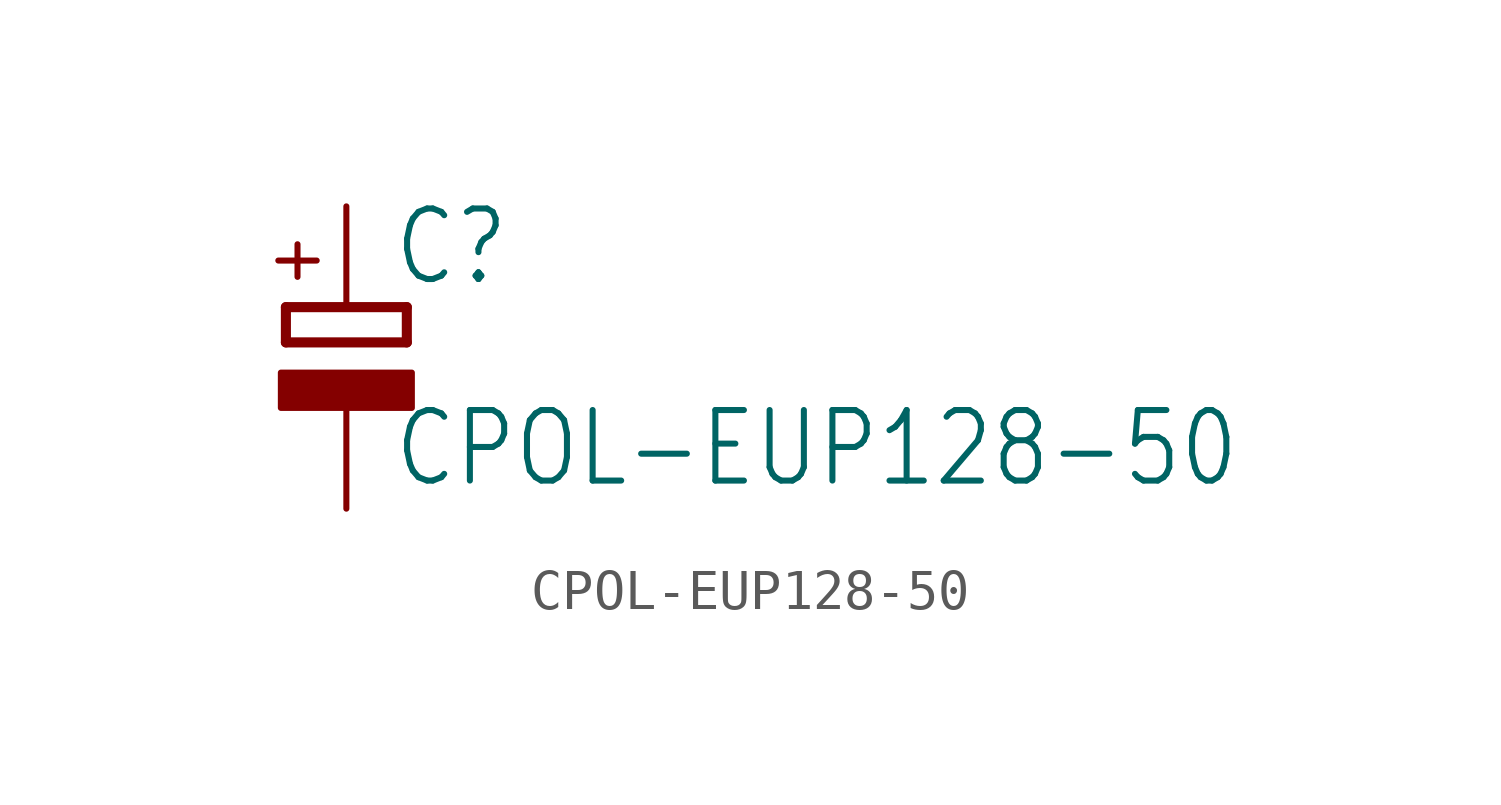
<source format=kicad_sym>
(kicad_symbol_lib
  (version 20220331)
  (generator kicad_symbol_editor)
  (symbol "CPOL-EUP128-50"
    (property "Reference" "C"
      (at 1.143 0.483 0)
      (effects (font (size 1.778 1.511)) (justify left bottom)))
    (property "Value" "CPOL-EUP128-50"
      (at 1.143 -4.597 0)
      (effects (font (size 1.778 1.511)) (justify left bottom)))
    (property "ki_locked" ""
      (at 0 0 0)
      (effects (font (size 1.27 1.27))))
    (symbol "CPOL-EUP128-50_1_0"
      (rectangle (start -1.651 -2.54) (end 1.651 -1.651) (stroke (width 0) (type default)) (fill (type outline)))
      (polyline (pts (xy -1.524 -0.889) (xy 1.524 -0.889)) (stroke (width 0.254) (type solid)) (fill (type none)))
      (polyline (pts (xy -1.524 0) (xy -1.524 -0.889)) (stroke (width 0.254) (type solid)) (fill (type none)))
      (polyline (pts (xy -1.524 0) (xy 1.524 0)) (stroke (width 0.254) (type solid)) (fill (type none)))
      (polyline (pts (xy 1.524 -0.889) (xy 1.524 0)) (stroke (width 0.254) (type solid)) (fill (type none)))
      (text "+" (at -0.584 0.406 900) (effects (font (size 1.27 1.079)) (justify left bottom)))
      (pin passive line (at 0 2.54 270) (length 2.54) (name "+" (effects (font (size 0 0)))) (number "+" (effects (font (size 0 0)))))
      (pin passive line (at 0 -5.08 90) (length 2.54) (name "-" (effects (font (size 0 0)))) (number "-" (effects (font (size 0 0))))))))
</source>
